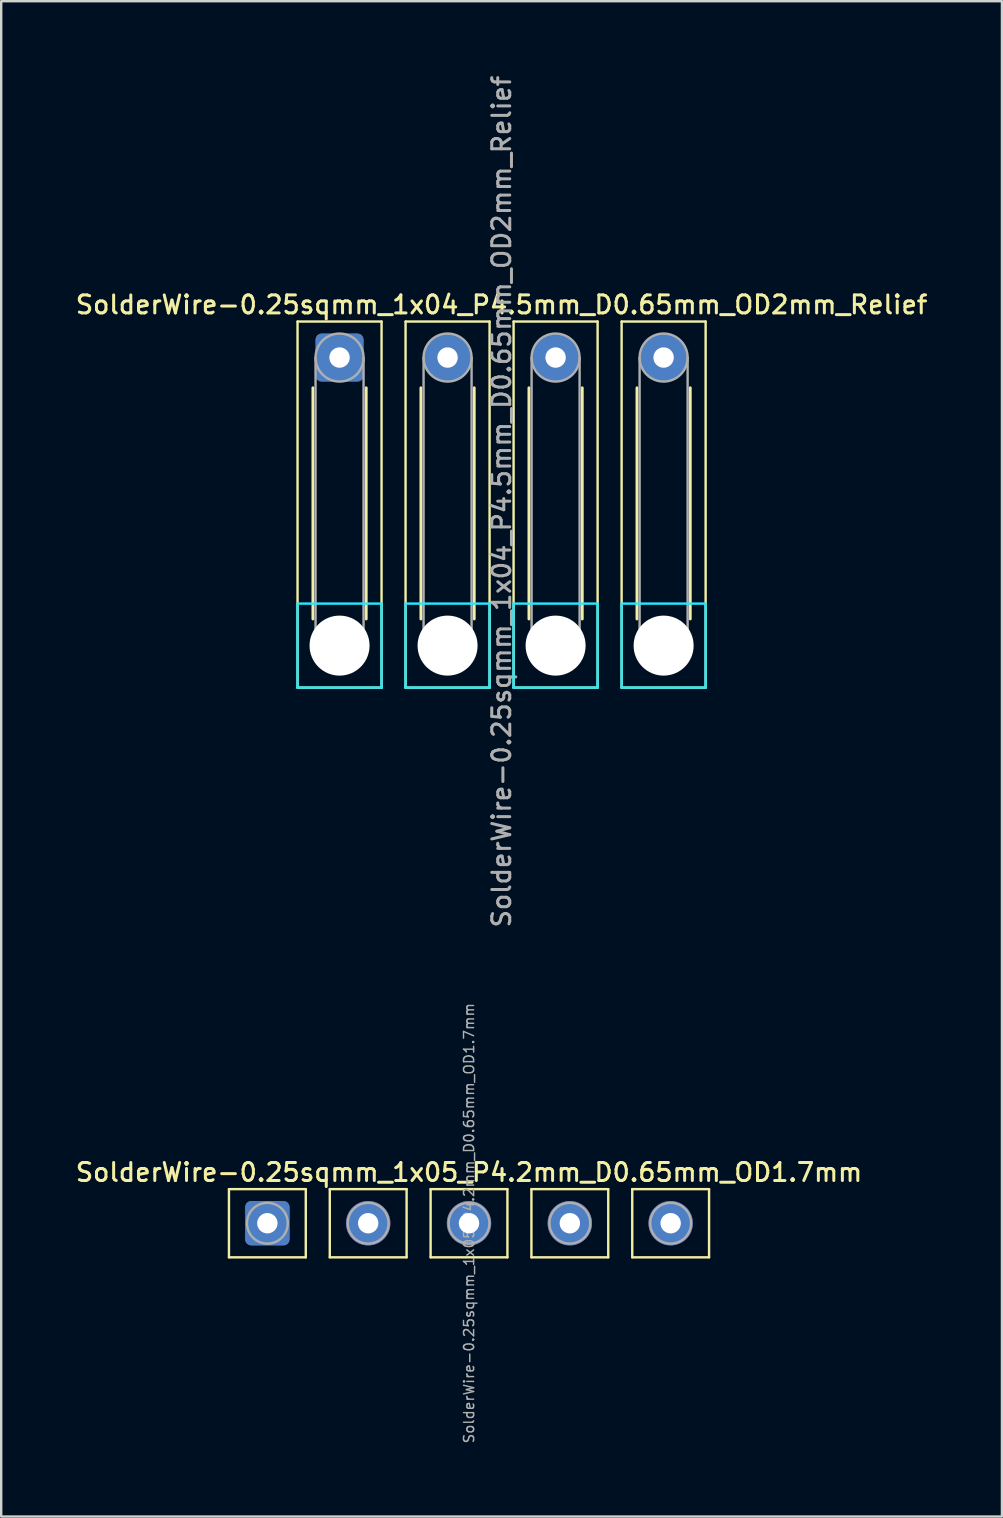
<source format=kicad_pcb>
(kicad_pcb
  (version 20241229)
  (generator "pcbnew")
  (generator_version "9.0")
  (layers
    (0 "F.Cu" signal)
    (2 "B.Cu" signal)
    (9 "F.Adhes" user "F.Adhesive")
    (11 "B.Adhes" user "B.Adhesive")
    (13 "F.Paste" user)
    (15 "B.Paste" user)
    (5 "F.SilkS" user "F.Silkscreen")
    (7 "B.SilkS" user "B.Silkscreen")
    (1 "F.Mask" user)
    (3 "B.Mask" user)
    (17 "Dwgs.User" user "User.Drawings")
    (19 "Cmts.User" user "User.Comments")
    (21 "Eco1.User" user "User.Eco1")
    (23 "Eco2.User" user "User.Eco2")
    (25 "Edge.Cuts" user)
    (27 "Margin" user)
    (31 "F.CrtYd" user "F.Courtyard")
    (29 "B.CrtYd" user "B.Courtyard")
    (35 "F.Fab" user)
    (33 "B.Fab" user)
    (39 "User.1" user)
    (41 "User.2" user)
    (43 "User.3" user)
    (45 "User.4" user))
  (footprint "SolderWire-0.25sqmm_1x04_P4.5mm_D0.65mm_OD2mm_Relief"
    (layer "F.Cu")
    (at 11.095 11.845)
    (property "Reference" "SolderWire-0.25sqmm_1x04_P4.5mm_D0.65mm_OD2mm_Relief" (at 6.75 -2.2 0) (layer "F.SilkS") (effects (font (size 0.75 0.75) (thickness 0.125))))
    (attr exclude_from_pos_files exclude_from_bom)
    (fp_line (start -1.75 -1.5) (end -1.75 13.75) (stroke (width 0.1) (type solid)) (layer "F.SilkS"))
    (fp_line (start -1.75 13.75) (end 1.75 13.75) (stroke (width 0.1) (type solid)) (layer "F.SilkS"))
    (fp_line (start -1.11 1.26) (end -1.11 10.89) (stroke (width 0.12) (type solid)) (layer "F.SilkS"))
    (fp_line (start 1.11 1.26) (end 1.11 10.89) (stroke (width 0.12) (type solid)) (layer "F.SilkS"))
    (fp_line (start 1.75 -1.5) (end -1.75 -1.5) (stroke (width 0.1) (type solid)) (layer "F.SilkS"))
    (fp_line (start 1.75 13.75) (end 1.75 -1.5) (stroke (width 0.1) (type solid)) (layer "F.SilkS"))
    (fp_line (start 2.75 -1.5) (end 2.75 13.75) (stroke (width 0.1) (type solid)) (layer "F.SilkS"))
    (fp_line (start 2.75 13.75) (end 6.25 13.75) (stroke (width 0.1) (type solid)) (layer "F.SilkS"))
    (fp_line (start 3.39 1.26) (end 3.39 10.89) (stroke (width 0.12) (type solid)) (layer "F.SilkS"))
    (fp_line (start 5.61 1.26) (end 5.61 10.89) (stroke (width 0.12) (type solid)) (layer "F.SilkS"))
    (fp_line (start 6.25 -1.5) (end 2.75 -1.5) (stroke (width 0.1) (type solid)) (layer "F.SilkS"))
    (fp_line (start 6.25 13.75) (end 6.25 -1.5) (stroke (width 0.1) (type solid)) (layer "F.SilkS"))
    (fp_line (start 7.25 -1.5) (end 7.25 13.75) (stroke (width 0.1) (type solid)) (layer "F.SilkS"))
    (fp_line (start 7.25 13.75) (end 10.75 13.75) (stroke (width 0.1) (type solid)) (layer "F.SilkS"))
    (fp_line (start 7.89 1.26) (end 7.89 10.89) (stroke (width 0.12) (type solid)) (layer "F.SilkS"))
    (fp_line (start 10.11 1.26) (end 10.11 10.89) (stroke (width 0.12) (type solid)) (layer "F.SilkS"))
    (fp_line (start 10.75 -1.5) (end 7.25 -1.5) (stroke (width 0.1) (type solid)) (layer "F.SilkS"))
    (fp_line (start 10.75 13.75) (end 10.75 -1.5) (stroke (width 0.1) (type solid)) (layer "F.SilkS"))
    (fp_line (start 11.75 -1.5) (end 11.75 13.75) (stroke (width 0.1) (type solid)) (layer "F.SilkS"))
    (fp_line (start 11.75 13.75) (end 15.25 13.75) (stroke (width 0.1) (type solid)) (layer "F.SilkS"))
    (fp_line (start 12.39 1.26) (end 12.39 10.89) (stroke (width 0.12) (type solid)) (layer "F.SilkS"))
    (fp_line (start 14.61 1.26) (end 14.61 10.89) (stroke (width 0.12) (type solid)) (layer "F.SilkS"))
    (fp_line (start 15.25 -1.5) (end 11.75 -1.5) (stroke (width 0.1) (type solid)) (layer "F.SilkS"))
    (fp_line (start 15.25 13.75) (end 15.25 -1.5) (stroke (width 0.1) (type solid)) (layer "F.SilkS"))
    (fp_line (start -1.75 10.25) (end -1.75 13.75) (stroke (width 0.1) (type solid)) (layer "B.CrtYd"))
    (fp_line (start -1.75 13.75) (end 1.75 13.75) (stroke (width 0.1) (type solid)) (layer "B.CrtYd"))
    (fp_line (start 1.75 10.25) (end -1.75 10.25) (stroke (width 0.1) (type solid)) (layer "B.CrtYd"))
    (fp_line (start 1.75 13.75) (end 1.75 10.25) (stroke (width 0.1) (type solid)) (layer "B.CrtYd"))
    (fp_line (start 2.75 10.25) (end 2.75 13.75) (stroke (width 0.1) (type solid)) (layer "B.CrtYd"))
    (fp_line (start 2.75 13.75) (end 6.25 13.75) (stroke (width 0.1) (type solid)) (layer "B.CrtYd"))
    (fp_line (start 6.25 10.25) (end 2.75 10.25) (stroke (width 0.1) (type solid)) (layer "B.CrtYd"))
    (fp_line (start 6.25 13.75) (end 6.25 10.25) (stroke (width 0.1) (type solid)) (layer "B.CrtYd"))
    (fp_line (start 7.25 10.25) (end 7.25 13.75) (stroke (width 0.1) (type solid)) (layer "B.CrtYd"))
    (fp_line (start 7.25 13.75) (end 10.75 13.75) (stroke (width 0.1) (type solid)) (layer "B.CrtYd"))
    (fp_line (start 10.75 10.25) (end 7.25 10.25) (stroke (width 0.1) (type solid)) (layer "B.CrtYd"))
    (fp_line (start 10.75 13.75) (end 10.75 10.25) (stroke (width 0.1) (type solid)) (layer "B.CrtYd"))
    (fp_line (start 11.75 10.25) (end 11.75 13.75) (stroke (width 0.1) (type solid)) (layer "B.CrtYd"))
    (fp_line (start 11.75 13.75) (end 15.25 13.75) (stroke (width 0.1) (type solid)) (layer "B.CrtYd"))
    (fp_line (start 15.25 10.25) (end 11.75 10.25) (stroke (width 0.1) (type solid)) (layer "B.CrtYd"))
    (fp_line (start 15.25 13.75) (end 15.25 10.25) (stroke (width 0.1) (type solid)) (layer "B.CrtYd"))
    (fp_line (start -1 0) (end -1 12) (stroke (width 0.1) (type solid)) (layer "F.Fab"))
    (fp_line (start 1 0) (end 1 12) (stroke (width 0.1) (type solid)) (layer "F.Fab"))
    (fp_line (start 3.5 0) (end 3.5 12) (stroke (width 0.1) (type solid)) (layer "F.Fab"))
    (fp_line (start 5.5 0) (end 5.5 12) (stroke (width 0.1) (type solid)) (layer "F.Fab"))
    (fp_line (start 8 0) (end 8 12) (stroke (width 0.1) (type solid)) (layer "F.Fab"))
    (fp_line (start 10 0) (end 10 12) (stroke (width 0.1) (type solid)) (layer "F.Fab"))
    (fp_line (start 12.5 0) (end 12.5 12) (stroke (width 0.1) (type solid)) (layer "F.Fab"))
    (fp_line (start 14.5 0) (end 14.5 12) (stroke (width 0.1) (type solid)) (layer "F.Fab"))
    (fp_circle (center 0 0) (end 1 0) (stroke (width 0.1) (type solid)) (fill no) (layer "F.Fab"))
    (fp_circle (center 0 12) (end 1 12) (stroke (width 0.1) (type solid)) (fill no) (layer "F.Fab"))
    (fp_circle (center 4.5 0) (end 5.5 0) (stroke (width 0.1) (type solid)) (fill no) (layer "F.Fab"))
    (fp_circle (center 4.5 12) (end 5.5 12) (stroke (width 0.1) (type solid)) (fill no) (layer "F.Fab"))
    (fp_circle (center 9 0) (end 10 0) (stroke (width 0.1) (type solid)) (fill no) (layer "F.Fab"))
    (fp_circle (center 9 12) (end 10 12) (stroke (width 0.1) (type solid)) (fill no) (layer "F.Fab"))
    (fp_circle (center 13.5 0) (end 14.5 0) (stroke (width 0.1) (type solid)) (fill no) (layer "F.Fab"))
    (fp_circle (center 13.5 12) (end 14.5 12) (stroke (width 0.1) (type solid)) (fill no) (layer "F.Fab"))
    (fp_text user "${REFERENCE}" (at 6.75 6 90) (layer "F.Fab") (effects (font (size 0.75 0.75) (thickness 0.125))))
    (pad "" np_thru_hole circle (at 0 12) (size 2.5 2.5) (drill 2.5) (layers "*.Cu" "*.Mask"))
    (pad "" np_thru_hole circle (at 4.5 12) (size 2.5 2.5) (drill 2.5) (layers "*.Cu" "*.Mask"))
    (pad "" np_thru_hole circle (at 9 12) (size 2.5 2.5) (drill 2.5) (layers "*.Cu" "*.Mask"))
    (pad "" np_thru_hole circle (at 13.5 12) (size 2.5 2.5) (drill 2.5) (layers "*.Cu" "*.Mask"))
    (pad "1" thru_hole roundrect (at 0 0) (size 2 2) (drill 0.85) (layers "*.Cu" "*.Mask") (roundrect_rratio 0.125))
    (pad "2" thru_hole circle (at 4.5 0) (size 2 2) (drill 0.85) (layers "*.Cu" "*.Mask"))
    (pad "3" thru_hole circle (at 9 0) (size 2 2) (drill 0.85) (layers "*.Cu" "*.Mask"))
    (pad "4" thru_hole circle (at 13.5 0) (size 2 2) (drill 0.85) (layers "*.Cu" "*.Mask")))
  (footprint "SolderWire-0.25sqmm_1x05_P4.2mm_D0.65mm_OD1.7mm"
    (layer "F.Cu")
    (at 8.088 47.907)
    (property "Reference" "SolderWire-0.25sqmm_1x05_P4.2mm_D0.65mm_OD1.7mm" (at 8.4 -2.12 0) (layer "F.SilkS") (effects (font (size 0.75 0.75) (thickness 0.125))))
    (attr exclude_from_pos_files exclude_from_bom)
    (fp_line (start -1.6 -1.42) (end -1.6 1.42) (stroke (width 0.1) (type solid)) (layer "F.SilkS"))
    (fp_line (start -1.6 1.42) (end 1.6 1.42) (stroke (width 0.1) (type solid)) (layer "F.SilkS"))
    (fp_line (start 1.6 -1.42) (end -1.6 -1.42) (stroke (width 0.1) (type solid)) (layer "F.SilkS"))
    (fp_line (start 1.6 1.42) (end 1.6 -1.42) (stroke (width 0.1) (type solid)) (layer "F.SilkS"))
    (fp_line (start 2.6 -1.42) (end 2.6 1.42) (stroke (width 0.1) (type solid)) (layer "F.SilkS"))
    (fp_line (start 2.6 1.42) (end 5.8 1.42) (stroke (width 0.1) (type solid)) (layer "F.SilkS"))
    (fp_line (start 5.8 -1.42) (end 2.6 -1.42) (stroke (width 0.1) (type solid)) (layer "F.SilkS"))
    (fp_line (start 5.8 1.42) (end 5.8 -1.42) (stroke (width 0.1) (type solid)) (layer "F.SilkS"))
    (fp_line (start 6.8 -1.42) (end 6.8 1.42) (stroke (width 0.1) (type solid)) (layer "F.SilkS"))
    (fp_line (start 6.8 1.42) (end 10 1.42) (stroke (width 0.1) (type solid)) (layer "F.SilkS"))
    (fp_line (start 10 -1.42) (end 6.8 -1.42) (stroke (width 0.1) (type solid)) (layer "F.SilkS"))
    (fp_line (start 10 1.42) (end 10 -1.42) (stroke (width 0.1) (type solid)) (layer "F.SilkS"))
    (fp_line (start 11 -1.42) (end 11 1.42) (stroke (width 0.1) (type solid)) (layer "F.SilkS"))
    (fp_line (start 11 1.42) (end 14.2 1.42) (stroke (width 0.1) (type solid)) (layer "F.SilkS"))
    (fp_line (start 14.2 -1.42) (end 11 -1.42) (stroke (width 0.1) (type solid)) (layer "F.SilkS"))
    (fp_line (start 14.2 1.42) (end 14.2 -1.42) (stroke (width 0.1) (type solid)) (layer "F.SilkS"))
    (fp_line (start 15.2 -1.42) (end 15.2 1.42) (stroke (width 0.1) (type solid)) (layer "F.SilkS"))
    (fp_line (start 15.2 1.42) (end 18.4 1.42) (stroke (width 0.1) (type solid)) (layer "F.SilkS"))
    (fp_line (start 18.4 -1.42) (end 15.2 -1.42) (stroke (width 0.1) (type solid)) (layer "F.SilkS"))
    (fp_line (start 18.4 1.42) (end 18.4 -1.42) (stroke (width 0.1) (type solid)) (layer "F.SilkS"))
    (fp_circle (center 0 0) (end 0.85 0) (stroke (width 0.1) (type solid)) (fill no) (layer "F.Fab"))
    (fp_circle (center 4.2 0) (end 5.05 0) (stroke (width 0.1) (type solid)) (fill no) (layer "F.Fab"))
    (fp_circle (center 8.4 0) (end 9.25 0) (stroke (width 0.1) (type solid)) (fill no) (layer "F.Fab"))
    (fp_circle (center 12.6 0) (end 13.45 0) (stroke (width 0.1) (type solid)) (fill no) (layer "F.Fab"))
    (fp_circle (center 16.8 0) (end 17.65 0) (stroke (width 0.1) (type solid)) (fill no) (layer "F.Fab"))
    (fp_text user "${REFERENCE}" (at 8.4 0 90) (layer "F.Fab") (effects (font (size 0.42 0.42) (thickness 0.06))))
    (pad "1" thru_hole roundrect (at 0 0) (size 1.85 1.85) (drill 0.85) (layers "*.Cu" "*.Mask") (roundrect_rratio 0.135))
    (pad "2" thru_hole circle (at 4.2 0) (size 1.85 1.85) (drill 0.85) (layers "*.Cu" "*.Mask"))
    (pad "3" thru_hole circle (at 8.4 0) (size 1.85 1.85) (drill 0.85) (layers "*.Cu" "*.Mask"))
    (pad "4" thru_hole circle (at 12.6 0) (size 1.85 1.85) (drill 0.85) (layers "*.Cu" "*.Mask"))
    (pad "5" thru_hole circle (at 16.8 0) (size 1.85 1.85) (drill 0.85) (layers "*.Cu" "*.Mask")))
  (gr_rect
    (start -3 -3)
    (end 38.689 60.125)
    (stroke (width 0.1) (type default))
    (fill no)
    (layer "Edge.Cuts")))
</source>
